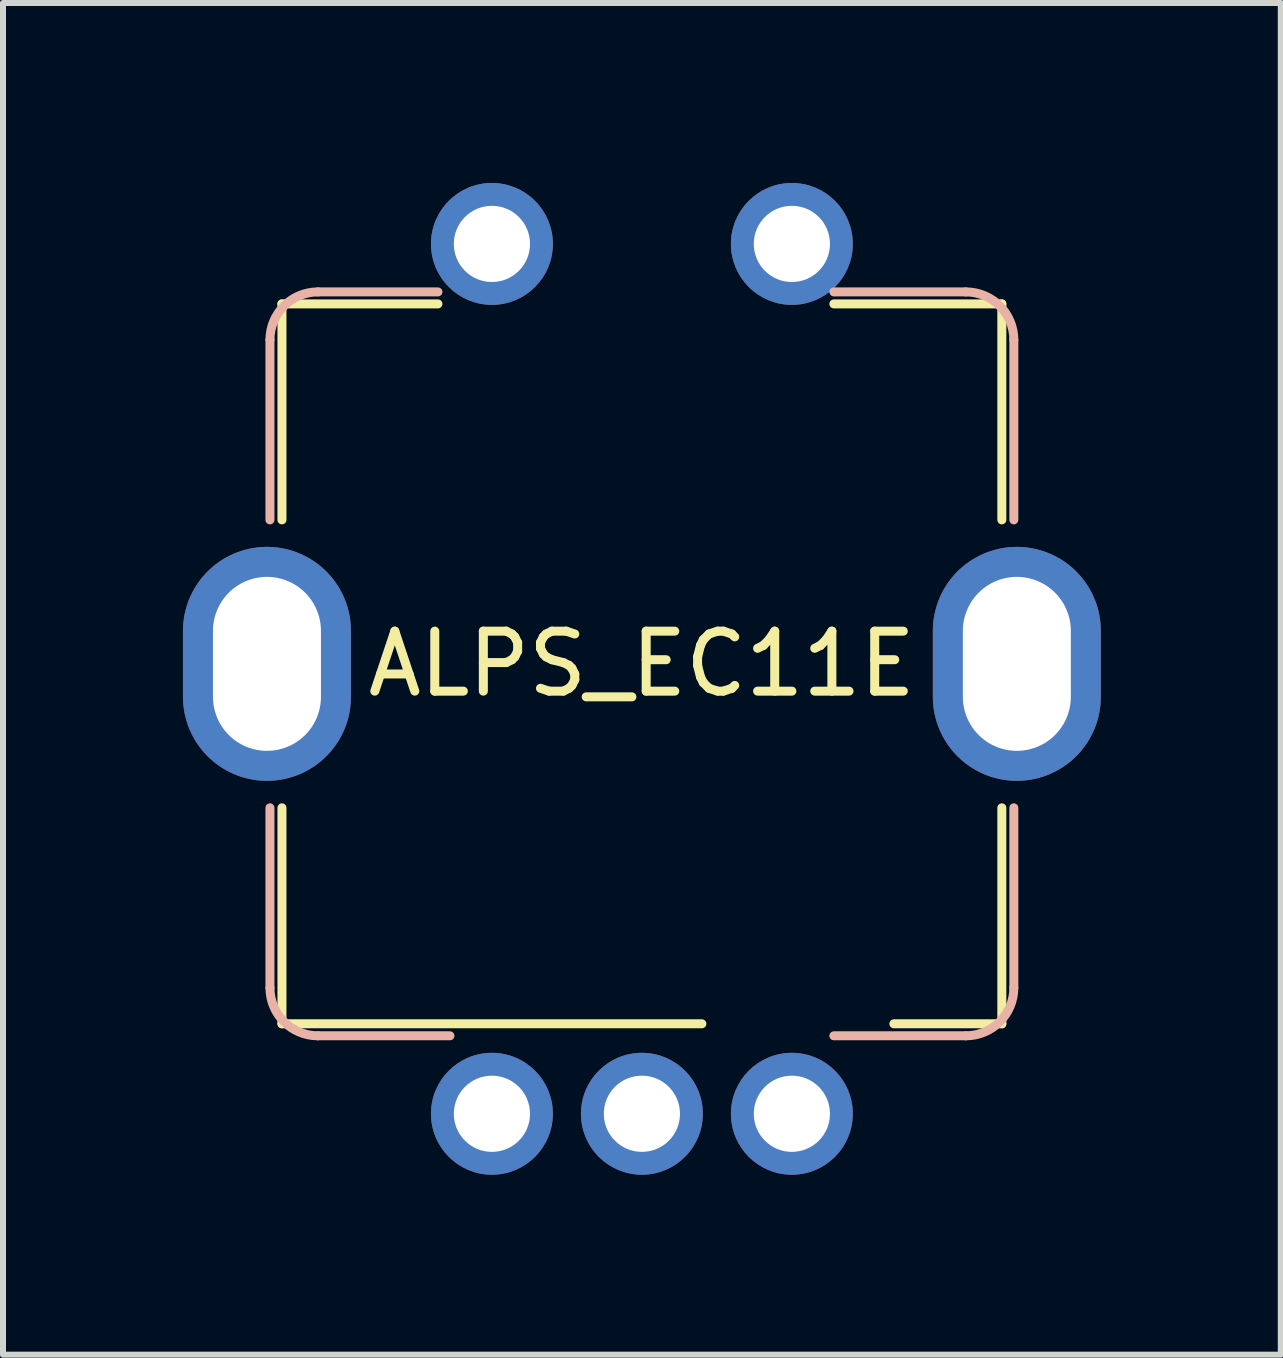
<source format=kicad_pcb>
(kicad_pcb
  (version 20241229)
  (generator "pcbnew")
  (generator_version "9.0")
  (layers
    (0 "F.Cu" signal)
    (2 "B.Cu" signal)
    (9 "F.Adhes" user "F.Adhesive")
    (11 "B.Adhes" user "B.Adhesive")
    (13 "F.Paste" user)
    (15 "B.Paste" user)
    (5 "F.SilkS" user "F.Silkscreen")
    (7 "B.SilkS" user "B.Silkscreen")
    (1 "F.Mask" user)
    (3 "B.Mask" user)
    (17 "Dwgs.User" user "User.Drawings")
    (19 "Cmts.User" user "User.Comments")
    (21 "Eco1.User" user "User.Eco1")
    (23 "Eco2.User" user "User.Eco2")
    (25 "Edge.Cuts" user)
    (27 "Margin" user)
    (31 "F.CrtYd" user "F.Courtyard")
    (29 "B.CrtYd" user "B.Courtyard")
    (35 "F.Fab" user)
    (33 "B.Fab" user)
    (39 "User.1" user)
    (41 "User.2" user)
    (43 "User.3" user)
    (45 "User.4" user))
  (footprint "ALPS_EC11E"
    (layer "F.Cu")
    (at 7.65 8.016)
    (property "Reference" "ALPS_EC11E" (at 0 0 0) (layer "F.SilkS") (effects (font (size 1 1) (thickness 0.15))))
    (attr through_hole)
    (fp_line (start -6 -6) (end -3.4 -6) (stroke (width 0.15) (type solid)) (layer "F.SilkS"))
    (fp_line (start -6 -2.4) (end -6 -6) (stroke (width 0.15) (type solid)) (layer "F.SilkS"))
    (fp_line (start -6 6) (end -6 2.4) (stroke (width 0.15) (type solid)) (layer "F.SilkS"))
    (fp_line (start 1 6) (end -6 6) (stroke (width 0.15) (type solid)) (layer "F.SilkS"))
    (fp_line (start 3.2 -6) (end 6 -6) (stroke (width 0.15) (type solid)) (layer "F.SilkS"))
    (fp_line (start 6 -6) (end 6 -2.4) (stroke (width 0.15) (type solid)) (layer "F.SilkS"))
    (fp_line (start 6 6) (end 4.2 6) (stroke (width 0.15) (type solid)) (layer "F.SilkS"))
    (fp_line (start 6 6) (end 6 2.4) (stroke (width 0.15) (type solid)) (layer "F.SilkS"))
    (fp_line (start -6.2 -2.4) (end -6.2 -5.4) (stroke (width 0.15) (type solid)) (layer "B.SilkS"))
    (fp_line (start -6.2 5.4) (end -6.2 2.4) (stroke (width 0.15) (type solid)) (layer "B.SilkS"))
    (fp_line (start -5.4 -6.2) (end -3.4 -6.2) (stroke (width 0.15) (type solid)) (layer "B.SilkS"))
    (fp_line (start -5.4 6.2) (end -3.2 6.2) (stroke (width 0.15) (type solid)) (layer "B.SilkS"))
    (fp_line (start 5.4 -6.2) (end 3.2 -6.2) (stroke (width 0.15) (type solid)) (layer "B.SilkS"))
    (fp_line (start 5.4 6.2) (end 3.2 6.2) (stroke (width 0.15) (type solid)) (layer "B.SilkS"))
    (fp_line (start 6.2 -2.4) (end 6.2 -5.4) (stroke (width 0.15) (type solid)) (layer "B.SilkS"))
    (fp_line (start 6.2 5.4) (end 6.2 2.4) (stroke (width 0.15) (type solid)) (layer "B.SilkS"))
    (fp_arc (start -6.2 -5.4) (mid -5.965685 -5.965685) (end -5.4 -6.2) (stroke (width 0.15) (type solid)) (layer "B.SilkS"))
    (fp_arc (start -5.4 6.2) (mid -5.965685 5.965685) (end -6.2 5.4) (stroke (width 0.15) (type solid)) (layer "B.SilkS"))
    (fp_arc (start 5.4 -6.2) (mid 5.965685 -5.965685) (end 6.2 -5.4) (stroke (width 0.15) (type solid)) (layer "B.SilkS"))
    (fp_arc (start 6.2 5.4) (mid 5.965685 5.965685) (end 5.4 6.2) (stroke (width 0.15) (type solid)) (layer "B.SilkS"))
    (pad "" connect oval (at -6.25 0) (size 1.651 2.769) (layers "B.Mask"))
    (pad "" smd circle (at -2.5 -7) (size 1.016 1.016) (layers "B.Mask"))
    (pad "" smd circle (at -2.5 7.5) (size 1.016 1.016) (layers "B.Mask"))
    (pad "" smd circle (at 0 7.5) (size 1.016 1.016) (layers "B.Mask"))
    (pad "" smd circle (at 2.5 -7) (size 1.016 1.016) (layers "B.Mask"))
    (pad "" smd circle (at 2.5 7.5) (size 1.016 1.016) (layers "B.Mask"))
    (pad "" connect oval (at 6.25 0) (size 1.651 2.769) (layers "B.Mask"))
    (pad "A" thru_hole circle (at -2.5 7.5) (size 2.032 2.032) (drill 1.27) (layers "*.Cu" "F.Mask"))
    (pad "B" thru_hole circle (at 2.5 7.5) (size 2.032 2.032) (drill 1.27) (layers "*.Cu" "F.Mask"))
    (pad "C" thru_hole circle (at 0 7.5) (size 2.032 2.032) (drill 1.27) (layers "*.Cu" "F.Mask"))
    (pad "S" thru_hole oval (at -6.25 0) (size 2.8 3.9) (drill oval 1.8 2.9) (layers "*.Cu" "F.Mask"))
    (pad "S" thru_hole oval (at 6.25 0) (size 2.8 3.9) (drill oval 1.8 2.9) (layers "*.Cu" "F.Mask"))
    (pad "S1" thru_hole circle (at -2.5 -7) (size 2.032 2.032) (drill 1.27) (layers "*.Cu" "F.Mask"))
    (pad "S2" thru_hole circle (at 2.5 -7) (size 2.032 2.032) (drill 1.27) (layers "*.Cu" "F.Mask")))
  (gr_rect
    (start -3 -3)
    (end 18.3 19.532)
    (stroke (width 0.1) (type default))
    (fill no)
    (layer "Edge.Cuts")))
</source>
